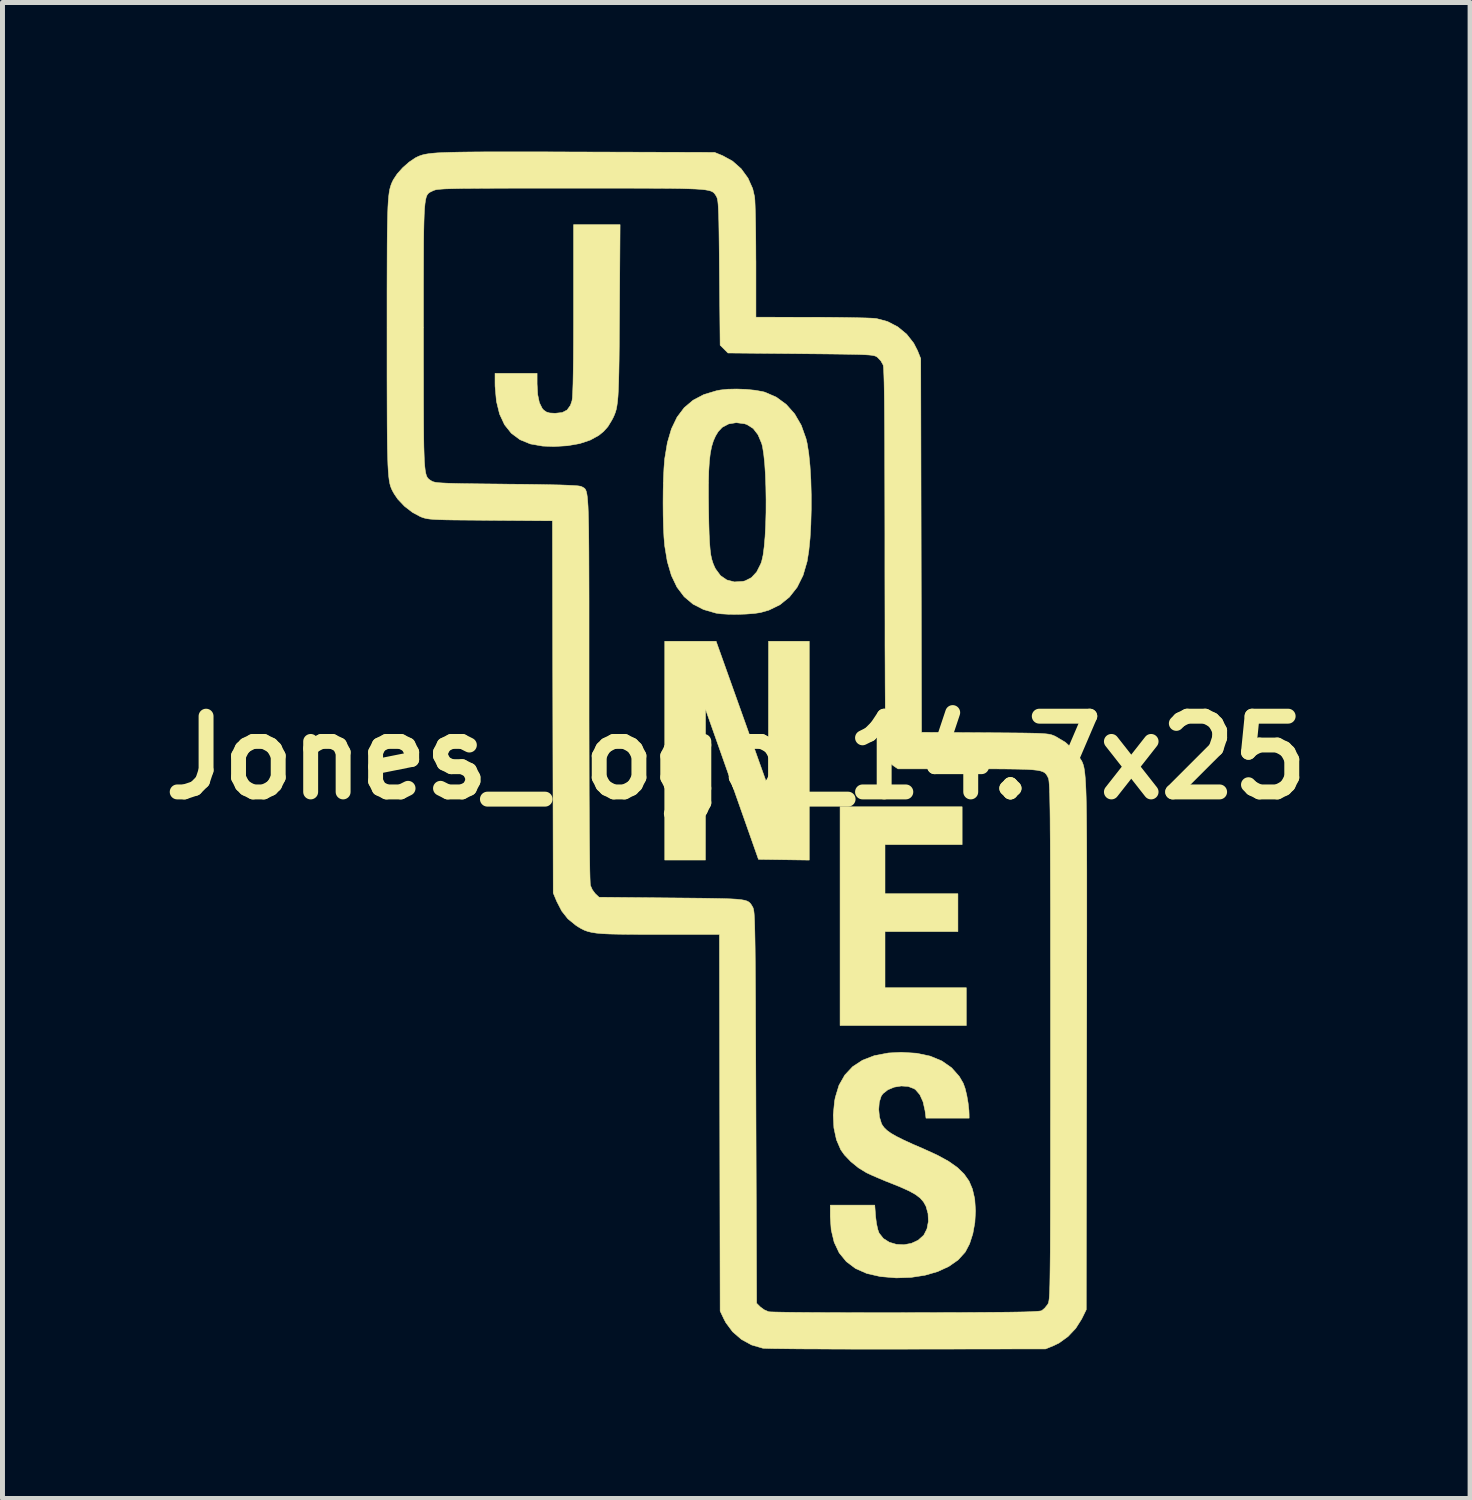
<source format=kicad_pcb>
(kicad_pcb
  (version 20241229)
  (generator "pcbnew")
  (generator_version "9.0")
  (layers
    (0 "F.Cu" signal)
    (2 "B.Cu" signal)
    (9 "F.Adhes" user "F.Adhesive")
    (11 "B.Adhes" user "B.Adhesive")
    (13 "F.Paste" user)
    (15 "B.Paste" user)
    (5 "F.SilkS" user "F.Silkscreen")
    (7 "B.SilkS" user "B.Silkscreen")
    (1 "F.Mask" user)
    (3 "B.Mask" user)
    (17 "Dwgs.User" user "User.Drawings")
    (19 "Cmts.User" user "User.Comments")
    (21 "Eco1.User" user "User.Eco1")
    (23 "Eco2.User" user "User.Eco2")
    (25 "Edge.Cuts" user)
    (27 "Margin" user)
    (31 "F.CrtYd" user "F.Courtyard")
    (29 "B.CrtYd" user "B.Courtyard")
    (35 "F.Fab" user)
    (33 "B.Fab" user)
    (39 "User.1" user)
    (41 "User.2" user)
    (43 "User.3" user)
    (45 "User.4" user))
  (footprint "Jones_logo_14.7x25"
    (layer "F.Cu")
    (at 11.764 12.194)
    (property "Reference" "Jones_logo_14.7x25" (at 0 0 0) (layer "F.SilkS") (effects (font (size 1.524 1.524) (thickness 0.3))))
    (attr through_hole)
    (fp_poly (pts (xy 0.646 0.607) (xy 0.649 -2.342) (xy 1.468 -2.342) (xy 1.468 2.061) (xy 0.446 2.046) (xy -0.086 0.536) (xy -0.619 -0.974) (xy -0.62 0.543) (xy -0.621 2.06) (xy -1.439 2.06) (xy -1.439 -2.342) (xy -0.406 -2.342) (xy 0.646 0.607)) (stroke (width 0.01) (type solid)) (fill yes) (layer "F.SilkS"))
    (fp_poly (pts (xy 4.544 1.75) (xy 2.992 1.75) (xy 2.992 2.738) (xy 4.459 2.738) (xy 4.459 3.5) (xy 2.992 3.5) (xy 2.992 4.628) (xy 4.628 4.628) (xy 4.628 5.39) (xy 2.088 5.39) (xy 2.088 0.988) (xy 4.544 0.988) (xy 4.544 1.75)) (stroke (width 0.01) (type solid)) (fill yes) (layer "F.SilkS"))
    (fp_poly (pts (xy -2.35 -8.968) (xy -2.353 -8.592) (xy -2.355 -8.268) (xy -2.358 -7.992) (xy -2.362 -7.759) (xy -2.367 -7.564) (xy -2.373 -7.402) (xy -2.38 -7.27) (xy -2.39 -7.163) (xy -2.402 -7.076) (xy -2.416 -7.004) (xy -2.434 -6.944) (xy -2.455 -6.89) (xy -2.479 -6.838) (xy -2.506 -6.787) (xy -2.584 -6.659) (xy -2.671 -6.562) (xy -2.766 -6.485) (xy -2.938 -6.39) (xy -3.152 -6.319) (xy -3.399 -6.276) (xy -3.67 -6.26) (xy -3.897 -6.269) (xy -4.143 -6.312) (xy -4.353 -6.398) (xy -4.526 -6.527) (xy -4.663 -6.699) (xy -4.763 -6.914) (xy -4.826 -7.171) (xy -4.853 -7.472) (xy -4.854 -7.542) (xy -4.854 -7.733) (xy -4.008 -7.733) (xy -4.008 -7.52) (xy -3.996 -7.306) (xy -3.962 -7.143) (xy -3.905 -7.027) (xy -3.876 -6.994) (xy -3.821 -6.955) (xy -3.754 -6.935) (xy -3.653 -6.929) (xy -3.641 -6.929) (xy -3.502 -6.944) (xy -3.404 -6.995) (xy -3.337 -7.088) (xy -3.305 -7.183) (xy -3.297 -7.243) (xy -3.291 -7.356) (xy -3.285 -7.524) (xy -3.281 -7.747) (xy -3.277 -8.025) (xy -3.275 -8.358) (xy -3.274 -8.748) (xy -3.274 -9.015) (xy -3.274 -10.724) (xy -2.338 -10.724) (xy -2.35 -8.968)) (stroke (width 0.01) (type solid)) (fill yes) (layer "F.SilkS"))
    (fp_poly (pts (xy 0.198 -7.41) (xy 0.378 -7.392) (xy 0.529 -7.365) (xy 0.576 -7.353) (xy 0.806 -7.253) (xy 1.006 -7.106) (xy 1.174 -6.917) (xy 1.307 -6.688) (xy 1.402 -6.422) (xy 1.425 -6.326) (xy 1.458 -6.121) (xy 1.483 -5.872) (xy 1.5 -5.593) (xy 1.508 -5.295) (xy 1.508 -4.99) (xy 1.5 -4.691) (xy 1.484 -4.411) (xy 1.459 -4.161) (xy 1.426 -3.954) (xy 1.425 -3.947) (xy 1.343 -3.667) (xy 1.224 -3.428) (xy 1.069 -3.231) (xy 0.879 -3.077) (xy 0.656 -2.968) (xy 0.488 -2.92) (xy 0.36 -2.901) (xy 0.197 -2.889) (xy 0.019 -2.883) (xy -0.156 -2.885) (xy -0.31 -2.894) (xy -0.409 -2.908) (xy -0.658 -2.98) (xy -0.871 -3.089) (xy -1.049 -3.239) (xy -1.194 -3.431) (xy -1.306 -3.666) (xy -1.388 -3.946) (xy -1.441 -4.266) (xy -1.455 -4.432) (xy -1.465 -4.64) (xy -1.471 -4.876) (xy -1.473 -5.127) (xy -1.472 -5.244) (xy -0.56 -5.244) (xy -0.557 -4.974) (xy -0.552 -4.71) (xy -0.546 -4.496) (xy -0.537 -4.324) (xy -0.526 -4.187) (xy -0.512 -4.076) (xy -0.492 -3.986) (xy -0.467 -3.908) (xy -0.436 -3.835) (xy -0.416 -3.796) (xy -0.318 -3.663) (xy -0.19 -3.575) (xy -0.038 -3.536) (xy 0.133 -3.547) (xy 0.176 -3.557) (xy 0.304 -3.622) (xy 0.41 -3.736) (xy 0.492 -3.898) (xy 0.511 -3.951) (xy 0.539 -4.074) (xy 0.561 -4.242) (xy 0.579 -4.448) (xy 0.591 -4.681) (xy 0.598 -4.931) (xy 0.599 -5.19) (xy 0.595 -5.446) (xy 0.586 -5.69) (xy 0.572 -5.913) (xy 0.552 -6.105) (xy 0.528 -6.257) (xy 0.511 -6.322) (xy 0.437 -6.497) (xy 0.34 -6.623) (xy 0.217 -6.701) (xy 0.167 -6.718) (xy -0.000398 -6.74) (xy -0.153 -6.715) (xy -0.282 -6.647) (xy -0.363 -6.561) (xy -0.417 -6.472) (xy -0.461 -6.373) (xy -0.496 -6.259) (xy -0.523 -6.123) (xy -0.542 -5.959) (xy -0.554 -5.762) (xy -0.56 -5.526) (xy -0.56 -5.244) (xy -1.472 -5.244) (xy -1.471 -5.379) (xy -1.465 -5.617) (xy -1.455 -5.828) (xy -1.442 -5.998) (xy -1.441 -6.009) (xy -1.387 -6.336) (xy -1.305 -6.615) (xy -1.192 -6.85) (xy -1.048 -7.041) (xy -0.869 -7.192) (xy -0.654 -7.305) (xy -0.402 -7.381) (xy -0.321 -7.397) (xy -0.171 -7.413) (xy 0.008 -7.417) (xy 0.198 -7.41)) (stroke (width 0.01) (type solid)) (fill yes) (layer "F.SilkS"))
    (fp_poly (pts (xy 3.629 5.947) (xy 3.902 6.005) (xy 4.137 6.103) (xy 4.332 6.239) (xy 4.486 6.413) (xy 4.566 6.55) (xy 4.603 6.652) (xy 4.637 6.791) (xy 4.664 6.947) (xy 4.681 7.1) (xy 4.684 7.176) (xy 4.685 7.253) (xy 3.817 7.253) (xy 3.798 7.105) (xy 3.758 6.925) (xy 3.693 6.781) (xy 3.607 6.681) (xy 3.579 6.661) (xy 3.458 6.615) (xy 3.319 6.606) (xy 3.178 6.629) (xy 3.05 6.682) (xy 2.951 6.76) (xy 2.915 6.812) (xy 2.877 6.931) (xy 2.866 7.077) (xy 2.88 7.227) (xy 2.92 7.359) (xy 2.934 7.387) (xy 2.974 7.443) (xy 3.03 7.498) (xy 3.11 7.556) (xy 3.219 7.619) (xy 3.363 7.691) (xy 3.548 7.776) (xy 3.777 7.875) (xy 4.05 8) (xy 4.272 8.122) (xy 4.448 8.246) (xy 4.583 8.377) (xy 4.683 8.519) (xy 4.751 8.679) (xy 4.793 8.86) (xy 4.798 8.888) (xy 4.813 9.118) (xy 4.8 9.353) (xy 4.759 9.579) (xy 4.694 9.781) (xy 4.608 9.945) (xy 4.606 9.948) (xy 4.464 10.105) (xy 4.277 10.236) (xy 4.052 10.34) (xy 3.796 10.414) (xy 3.516 10.457) (xy 3.218 10.467) (xy 2.909 10.441) (xy 2.894 10.439) (xy 2.626 10.378) (xy 2.399 10.278) (xy 2.214 10.139) (xy 2.07 9.963) (xy 1.969 9.749) (xy 1.909 9.497) (xy 1.891 9.236) (xy 1.891 9.003) (xy 2.786 9.003) (xy 2.803 9.233) (xy 2.821 9.375) (xy 2.848 9.496) (xy 2.873 9.565) (xy 2.959 9.674) (xy 3.079 9.75) (xy 3.221 9.792) (xy 3.373 9.8) (xy 3.523 9.772) (xy 3.659 9.709) (xy 3.769 9.61) (xy 3.775 9.602) (xy 3.836 9.481) (xy 3.865 9.331) (xy 3.858 9.173) (xy 3.816 9.024) (xy 3.815 9.023) (xy 3.767 8.937) (xy 3.699 8.86) (xy 3.604 8.788) (xy 3.474 8.716) (xy 3.303 8.639) (xy 3.155 8.579) (xy 3.003 8.519) (xy 2.853 8.456) (xy 2.722 8.399) (xy 2.625 8.354) (xy 2.619 8.351) (xy 2.459 8.253) (xy 2.306 8.129) (xy 2.177 7.994) (xy 2.102 7.889) (xy 2.015 7.687) (xy 1.964 7.45) (xy 1.951 7.19) (xy 1.977 6.914) (xy 1.992 6.836) (xy 2.066 6.592) (xy 2.183 6.386) (xy 2.341 6.217) (xy 2.54 6.087) (xy 2.779 5.995) (xy 3.059 5.942) (xy 3.319 5.928) (xy 3.629 5.947)) (stroke (width 0.01) (type solid)) (fill yes) (layer "F.SilkS"))
    (fp_poly (pts (xy -4.149 -12.189) (xy -3.73 -12.188) (xy -3.258 -12.186) (xy -3.203 -12.186) (xy -0.437 -12.178) (xy -0.275 -12.112) (xy -0.075 -12.002) (xy 0.098 -11.849) (xy 0.235 -11.661) (xy 0.33 -11.449) (xy 0.368 -11.285) (xy 0.374 -11.217) (xy 0.379 -11.1) (xy 0.384 -10.941) (xy 0.388 -10.747) (xy 0.391 -10.526) (xy 0.393 -10.286) (xy 0.394 -10.033) (xy 0.395 -9.984) (xy 0.395 -8.862) (xy 1.517 -8.861) (xy 1.771 -8.86) (xy 2.015 -8.858) (xy 2.239 -8.855) (xy 2.439 -8.851) (xy 2.605 -8.847) (xy 2.731 -8.842) (xy 2.809 -8.836) (xy 2.819 -8.835) (xy 3.043 -8.775) (xy 3.249 -8.668) (xy 3.428 -8.52) (xy 3.57 -8.339) (xy 3.646 -8.191) (xy 3.711 -8.029) (xy 3.719 -4.27) (xy 3.727 -0.51) (xy 5.003 -0.502) (xy 5.305 -0.5) (xy 5.555 -0.498) (xy 5.76 -0.496) (xy 5.925 -0.493) (xy 6.055 -0.49) (xy 6.155 -0.485) (xy 6.231 -0.479) (xy 6.288 -0.472) (xy 6.332 -0.463) (xy 6.368 -0.451) (xy 6.402 -0.437) (xy 6.418 -0.43) (xy 6.62 -0.31) (xy 6.79 -0.155) (xy 6.882 -0.035) (xy 6.902 -0.004) (xy 6.921 0.023) (xy 6.939 0.05) (xy 6.955 0.078) (xy 6.969 0.11) (xy 6.982 0.148) (xy 6.994 0.194) (xy 7.004 0.252) (xy 7.013 0.323) (xy 7.021 0.41) (xy 7.028 0.515) (xy 7.034 0.641) (xy 7.039 0.79) (xy 7.043 0.965) (xy 7.046 1.168) (xy 7.048 1.401) (xy 7.05 1.666) (xy 7.051 1.967) (xy 7.052 2.306) (xy 7.052 2.685) (xy 7.052 3.106) (xy 7.052 3.572) (xy 7.051 4.086) (xy 7.051 4.649) (xy 7.05 5.264) (xy 7.049 5.774) (xy 7.041 11.107) (xy 6.949 11.294) (xy 6.83 11.482) (xy 6.674 11.647) (xy 6.494 11.777) (xy 6.385 11.83) (xy 6.223 11.896) (xy 3.443 11.9) (xy 3.049 11.9) (xy 2.669 11.9) (xy 2.306 11.9) (xy 1.966 11.899) (xy 1.652 11.897) (xy 1.369 11.896) (xy 1.119 11.894) (xy 0.908 11.891) (xy 0.739 11.889) (xy 0.617 11.886) (xy 0.545 11.883) (xy 0.53 11.881) (xy 0.307 11.816) (xy 0.103 11.704) (xy -0.073 11.552) (xy -0.21 11.368) (xy -0.249 11.294) (xy -0.325 11.134) (xy -0.332 7.345) (xy -0.339 3.556) (xy -1.562 3.556) (xy -1.879 3.556) (xy -2.145 3.555) (xy -2.366 3.552) (xy -2.547 3.548) (xy -2.695 3.541) (xy -2.814 3.53) (xy -2.91 3.515) (xy -2.989 3.496) (xy -3.056 3.472) (xy -3.117 3.442) (xy -3.178 3.406) (xy -3.231 3.371) (xy -3.389 3.242) (xy -3.512 3.086) (xy -3.611 2.895) (xy -3.683 2.723) (xy -3.691 -1.021) (xy -3.699 -4.766) (xy -4.947 -4.775) (xy -5.245 -4.778) (xy -5.492 -4.78) (xy -5.694 -4.782) (xy -5.857 -4.785) (xy -5.985 -4.789) (xy -6.084 -4.794) (xy -6.16 -4.8) (xy -6.219 -4.808) (xy -6.265 -4.818) (xy -6.306 -4.83) (xy -6.345 -4.845) (xy -6.356 -4.849) (xy -6.517 -4.936) (xy -6.676 -5.059) (xy -6.811 -5.202) (xy -6.877 -5.298) (xy -6.901 -5.339) (xy -6.922 -5.378) (xy -6.941 -5.419) (xy -6.958 -5.465) (xy -6.972 -5.52) (xy -6.984 -5.587) (xy -6.994 -5.669) (xy -7.002 -5.77) (xy -7.009 -5.893) (xy -7.014 -6.043) (xy -7.019 -6.222) (xy -7.022 -6.433) (xy -7.024 -6.682) (xy -7.025 -6.97) (xy -7.026 -7.301) (xy -7.027 -7.679) (xy -7.027 -8.108) (xy -7.027 -8.472) (xy -7.027 -8.941) (xy -7.027 -9.093) (xy -6.294 -9.093) (xy -6.294 -8.65) (xy -6.294 -8.487) (xy -6.294 -8.026) (xy -6.293 -7.619) (xy -6.293 -7.261) (xy -6.292 -6.95) (xy -6.291 -6.682) (xy -6.289 -6.453) (xy -6.286 -6.26) (xy -6.281 -6.101) (xy -6.276 -5.97) (xy -6.268 -5.866) (xy -6.259 -5.785) (xy -6.248 -5.723) (xy -6.235 -5.676) (xy -6.22 -5.643) (xy -6.202 -5.619) (xy -6.182 -5.6) (xy -6.159 -5.584) (xy -6.135 -5.569) (xy -6.114 -5.557) (xy -6.087 -5.548) (xy -6.048 -5.539) (xy -5.992 -5.532) (xy -5.916 -5.527) (xy -5.814 -5.522) (xy -5.682 -5.518) (xy -5.514 -5.514) (xy -5.306 -5.511) (xy -5.053 -5.508) (xy -4.75 -5.505) (xy -4.616 -5.503) (xy -4.272 -5.5) (xy -3.981 -5.496) (xy -3.739 -5.491) (xy -3.542 -5.487) (xy -3.387 -5.481) (xy -3.27 -5.475) (xy -3.187 -5.469) (xy -3.135 -5.461) (xy -3.112 -5.453) (xy -3.091 -5.442) (xy -3.073 -5.432) (xy -3.056 -5.421) (xy -3.041 -5.405) (xy -3.028 -5.382) (xy -3.016 -5.349) (xy -3.006 -5.303) (xy -2.997 -5.241) (xy -2.99 -5.161) (xy -2.983 -5.06) (xy -2.978 -4.934) (xy -2.974 -4.782) (xy -2.97 -4.601) (xy -2.968 -4.387) (xy -2.966 -4.137) (xy -2.965 -3.85) (xy -2.964 -3.523) (xy -2.963 -3.151) (xy -2.963 -2.734) (xy -2.963 -2.267) (xy -2.963 -1.748) (xy -2.963 -1.391) (xy -2.963 -0.798) (xy -2.962 -0.249) (xy -2.961 0.255) (xy -2.96 0.712) (xy -2.958 1.122) (xy -2.956 1.484) (xy -2.953 1.796) (xy -2.95 2.056) (xy -2.947 2.265) (xy -2.943 2.421) (xy -2.939 2.523) (xy -2.935 2.57) (xy -2.935 2.57) (xy -2.895 2.66) (xy -2.836 2.738) (xy -2.834 2.74) (xy -2.761 2.808) (xy -1.303 2.822) (xy -0.971 2.825) (xy -0.69 2.828) (xy -0.457 2.832) (xy -0.265 2.836) (xy -0.112 2.841) (xy 0.009 2.848) (xy 0.101 2.858) (xy 0.17 2.87) (xy 0.219 2.886) (xy 0.255 2.906) (xy 0.281 2.93) (xy 0.302 2.959) (xy 0.323 2.994) (xy 0.328 3.003) (xy 0.336 3.017) (xy 0.342 3.035) (xy 0.348 3.06) (xy 0.354 3.094) (xy 0.359 3.141) (xy 0.363 3.203) (xy 0.367 3.283) (xy 0.37 3.384) (xy 0.373 3.509) (xy 0.376 3.66) (xy 0.379 3.841) (xy 0.381 4.054) (xy 0.383 4.302) (xy 0.385 4.587) (xy 0.387 4.914) (xy 0.388 5.283) (xy 0.39 5.699) (xy 0.392 6.164) (xy 0.394 6.681) (xy 0.395 7.034) (xy 0.409 10.977) (xy 0.483 11.051) (xy 0.562 11.109) (xy 0.65 11.147) (xy 0.653 11.148) (xy 0.694 11.151) (xy 0.788 11.154) (xy 0.93 11.157) (xy 1.117 11.16) (xy 1.343 11.162) (xy 1.606 11.164) (xy 1.9 11.165) (xy 2.223 11.166) (xy 2.569 11.167) (xy 2.936 11.167) (xy 3.317 11.167) (xy 3.415 11.166) (xy 3.879 11.165) (xy 4.29 11.164) (xy 4.65 11.163) (xy 4.963 11.161) (xy 5.232 11.159) (xy 5.459 11.157) (xy 5.648 11.154) (xy 5.802 11.151) (xy 5.923 11.147) (xy 6.015 11.142) (xy 6.081 11.137) (xy 6.123 11.132) (xy 6.146 11.125) (xy 6.147 11.125) (xy 6.206 11.075) (xy 6.263 11.004) (xy 6.267 10.998) (xy 6.273 10.986) (xy 6.28 10.971) (xy 6.285 10.952) (xy 6.29 10.925) (xy 6.295 10.888) (xy 6.299 10.838) (xy 6.303 10.774) (xy 6.306 10.692) (xy 6.309 10.591) (xy 6.311 10.468) (xy 6.313 10.32) (xy 6.315 10.145) (xy 6.317 9.941) (xy 6.318 9.705) (xy 6.319 9.434) (xy 6.32 9.127) (xy 6.32 8.78) (xy 6.321 8.392) (xy 6.321 7.959) (xy 6.321 7.48) (xy 6.322 6.953) (xy 6.322 6.373) (xy 6.322 5.74) (xy 6.322 5.705) (xy 6.322 5.064) (xy 6.322 4.478) (xy 6.321 3.942) (xy 6.321 3.457) (xy 6.321 3.018) (xy 6.32 2.623) (xy 6.319 2.27) (xy 6.318 1.958) (xy 6.317 1.682) (xy 6.315 1.441) (xy 6.314 1.233) (xy 6.312 1.055) (xy 6.309 0.904) (xy 6.307 0.779) (xy 6.304 0.677) (xy 6.3 0.595) (xy 6.296 0.531) (xy 6.292 0.483) (xy 6.288 0.448) (xy 6.283 0.424) (xy 6.277 0.409) (xy 6.258 0.369) (xy 6.237 0.336) (xy 6.211 0.308) (xy 6.174 0.285) (xy 6.122 0.267) (xy 6.051 0.253) (xy 5.955 0.243) (xy 5.829 0.235) (xy 5.67 0.231) (xy 5.473 0.228) (xy 5.233 0.226) (xy 4.945 0.226) (xy 4.65 0.226) (xy 3.254 0.226) (xy 3.158 0.161) (xy 3.087 0.102) (xy 3.034 0.038) (xy 3.028 0.027) (xy 3.022 0.006) (xy 3.018 -0.038) (xy 3.014 -0.108) (xy 3.01 -0.205) (xy 3.006 -0.331) (xy 3.003 -0.49) (xy 3.001 -0.684) (xy 2.998 -0.915) (xy 2.997 -1.185) (xy 2.995 -1.496) (xy 2.994 -1.852) (xy 2.992 -2.254) (xy 2.992 -2.705) (xy 2.991 -3.207) (xy 2.99 -3.762) (xy 2.99 -3.923) (xy 2.99 -4.505) (xy 2.989 -5.032) (xy 2.988 -5.507) (xy 2.987 -5.932) (xy 2.986 -6.31) (xy 2.984 -6.641) (xy 2.982 -6.928) (xy 2.98 -7.174) (xy 2.977 -7.38) (xy 2.974 -7.549) (xy 2.97 -7.682) (xy 2.966 -7.782) (xy 2.962 -7.851) (xy 2.957 -7.891) (xy 2.955 -7.9) (xy 2.908 -7.984) (xy 2.842 -8.054) (xy 2.841 -8.055) (xy 2.822 -8.068) (xy 2.8 -8.079) (xy 2.77 -8.088) (xy 2.727 -8.096) (xy 2.668 -8.102) (xy 2.585 -8.107) (xy 2.476 -8.112) (xy 2.336 -8.115) (xy 2.158 -8.118) (xy 1.94 -8.121) (xy 1.675 -8.124) (xy 1.36 -8.127) (xy 1.297 -8.128) (xy -0.168 -8.142) (xy -0.325 -8.299) (xy -0.339 -9.76) (xy -0.342 -10.086) (xy -0.345 -10.36) (xy -0.348 -10.588) (xy -0.351 -10.774) (xy -0.355 -10.922) (xy -0.36 -11.037) (xy -0.365 -11.124) (xy -0.371 -11.189) (xy -0.379 -11.234) (xy -0.388 -11.267) (xy -0.399 -11.29) (xy -0.404 -11.3) (xy -0.421 -11.326) (xy -0.437 -11.349) (xy -0.456 -11.369) (xy -0.481 -11.386) (xy -0.515 -11.401) (xy -0.563 -11.414) (xy -0.627 -11.425) (xy -0.71 -11.434) (xy -0.817 -11.441) (xy -0.95 -11.446) (xy -1.112 -11.451) (xy -1.308 -11.454) (xy -1.54 -11.456) (xy -1.813 -11.457) (xy -2.128 -11.458) (xy -2.49 -11.458) (xy -2.902 -11.458) (xy -3.322 -11.458) (xy -3.773 -11.458) (xy -4.17 -11.458) (xy -4.518 -11.458) (xy -4.819 -11.457) (xy -5.078 -11.456) (xy -5.298 -11.454) (xy -5.482 -11.453) (xy -5.634 -11.45) (xy -5.757 -11.447) (xy -5.855 -11.444) (xy -5.931 -11.439) (xy -5.988 -11.434) (xy -6.031 -11.429) (xy -6.061 -11.422) (xy -6.084 -11.414) (xy -6.096 -11.409) (xy -6.128 -11.394) (xy -6.157 -11.38) (xy -6.182 -11.365) (xy -6.204 -11.344) (xy -6.223 -11.316) (xy -6.239 -11.275) (xy -6.252 -11.219) (xy -6.263 -11.145) (xy -6.272 -11.049) (xy -6.279 -10.928) (xy -6.284 -10.778) (xy -6.288 -10.596) (xy -6.291 -10.379) (xy -6.292 -10.124) (xy -6.293 -9.827) (xy -6.294 -9.484) (xy -6.294 -9.093) (xy -7.027 -9.093) (xy -7.027 -9.356) (xy -7.026 -9.722) (xy -7.025 -10.042) (xy -7.024 -10.32) (xy -7.022 -10.558) (xy -7.018 -10.762) (xy -7.014 -10.933) (xy -7.009 -11.076) (xy -7.002 -11.194) (xy -6.994 -11.29) (xy -6.984 -11.368) (xy -6.973 -11.432) (xy -6.959 -11.485) (xy -6.944 -11.531) (xy -6.927 -11.573) (xy -6.907 -11.614) (xy -6.9 -11.628) (xy -6.823 -11.745) (xy -6.712 -11.869) (xy -6.584 -11.982) (xy -6.458 -12.067) (xy -6.443 -12.075) (xy -6.404 -12.094) (xy -6.363 -12.111) (xy -6.317 -12.126) (xy -6.264 -12.139) (xy -6.198 -12.15) (xy -6.117 -12.16) (xy -6.018 -12.168) (xy -5.897 -12.174) (xy -5.751 -12.179) (xy -5.576 -12.183) (xy -5.368 -12.186) (xy -5.125 -12.188) (xy -4.844 -12.189) (xy -4.519 -12.189) (xy -4.149 -12.189)) (stroke (width 0.01) (type solid)) (fill yes) (layer "F.SilkS")))
  (gr_rect
    (start -3 -3)
    (end 26.528 27.099)
    (stroke (width 0.1) (type default))
    (fill no)
    (layer "Edge.Cuts")))
</source>
